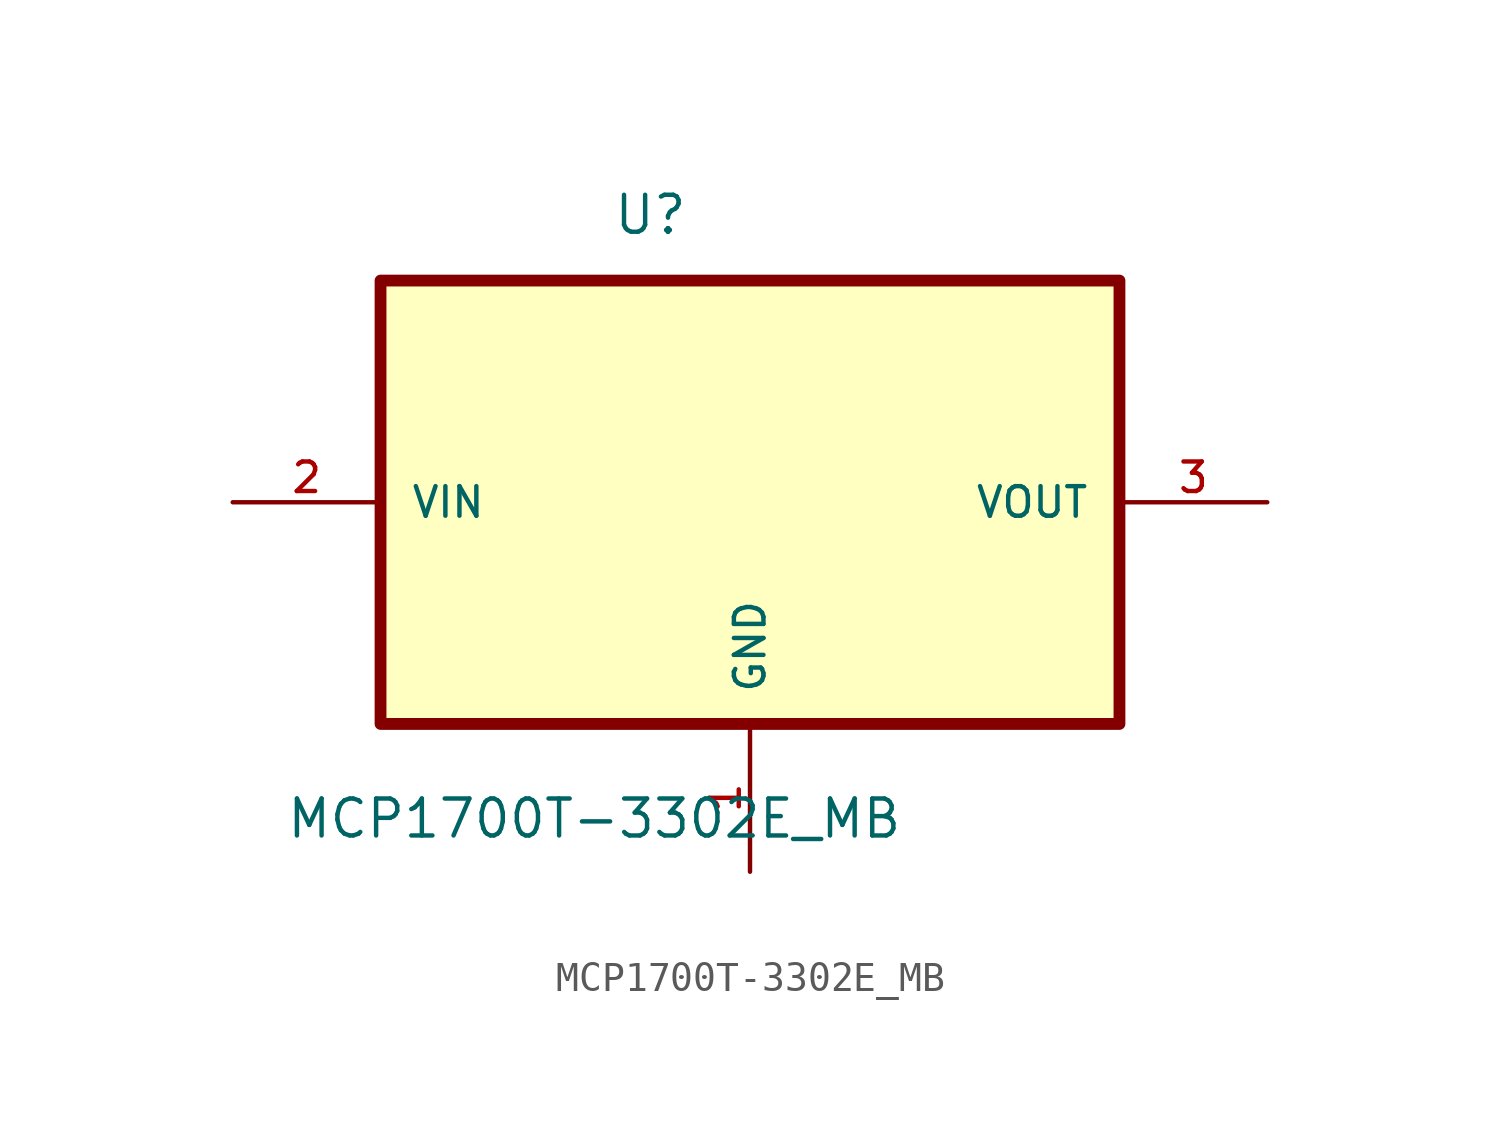
<source format=kicad_sym>
(kicad_symbol_lib
  (version 20211014)
  (generator kicad_symbol_editor)
  (symbol "MCP1700T-3302E_MB"
    (pin_names
      (offset 1.016))
    (property "Reference" "U"
      (at -4.733 9.136 0.0)
      (effects (font (size 1.27 1.27)) (justify bottom left)))
    (property "Value" "MCP1700T-3302E_MB"
      (at -15.976 -11.617 0.0)
      (effects (font (size 1.27 1.27)) (justify bottom left)))
    (symbol "MCP1700T-3302E_MB_0_0"
      (rectangle (start -12.7 -7.62) (end 12.7 7.62) (stroke (width 0.406)) (fill (type background)))
      (pin input line (at -17.78 0.0 0) (length 5.08) (name "VIN" (effects (font (size 1.016 1.016)))) (number "2" (effects (font (size 1.016 1.016)))))
      (pin passive line (at 0.0 -12.7 90.0) (length 5.08) (name "GND" (effects (font (size 1.016 1.016)))) (number "1" (effects (font (size 1.016 1.016)))))
      (pin output line (at 17.78 0.0 180.0) (length 5.08) (name "VOUT" (effects (font (size 1.016 1.016)))) (number "3" (effects (font (size 1.016 1.016))))))))
</source>
